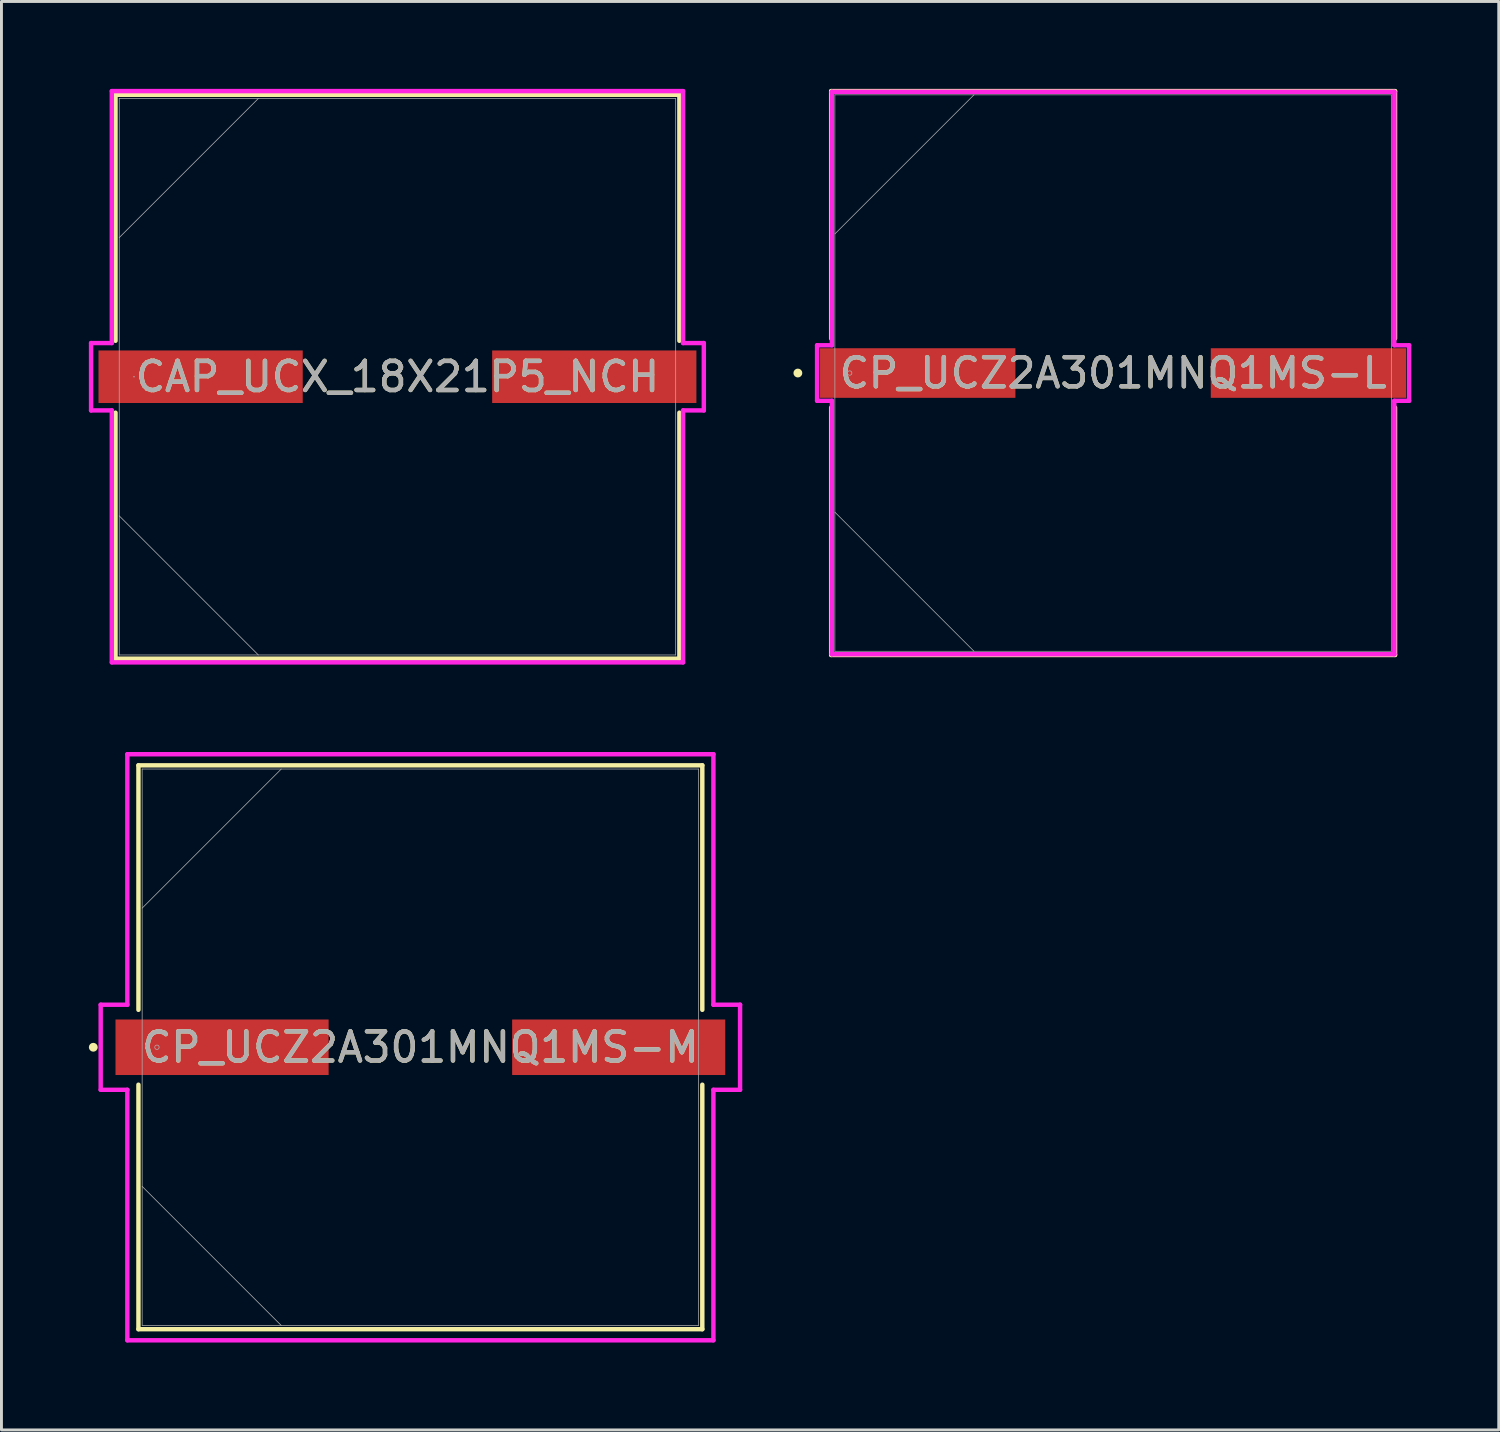
<source format=kicad_pcb>
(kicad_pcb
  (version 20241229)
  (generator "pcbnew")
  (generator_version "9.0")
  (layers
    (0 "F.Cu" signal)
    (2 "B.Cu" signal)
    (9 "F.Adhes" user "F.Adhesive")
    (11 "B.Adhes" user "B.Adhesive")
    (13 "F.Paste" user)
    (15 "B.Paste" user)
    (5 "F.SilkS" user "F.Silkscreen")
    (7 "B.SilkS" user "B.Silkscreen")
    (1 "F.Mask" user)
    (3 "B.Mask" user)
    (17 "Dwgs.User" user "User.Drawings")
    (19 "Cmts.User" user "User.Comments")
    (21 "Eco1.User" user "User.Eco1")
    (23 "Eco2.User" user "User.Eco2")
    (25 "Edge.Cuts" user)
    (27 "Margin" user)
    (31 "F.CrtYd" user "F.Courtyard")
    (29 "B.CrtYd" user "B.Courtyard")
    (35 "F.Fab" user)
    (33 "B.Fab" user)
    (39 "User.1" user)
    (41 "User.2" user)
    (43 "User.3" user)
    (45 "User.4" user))
  (footprint "CP_UCZ2A301MNQ1MS-M"
    (layer "F.Cu")
    (at 11.379 32.896)
    (property "Reference" "CP_UCZ2A301MNQ1MS-M" (at 0 0 0) (unlocked yes) (layer "F.SilkS") (effects (font (size 1 1) (thickness 0.15))))
    (attr smd)
    (fp_line (start -9.677 -9.677) (end -9.677 -1.285) (stroke (width 0.152) (type solid)) (layer "F.SilkS"))
    (fp_line (start -9.677 1.285) (end -9.677 9.677) (stroke (width 0.152) (type solid)) (layer "F.SilkS"))
    (fp_line (start -9.677 9.677) (end 9.677 9.677) (stroke (width 0.152) (type solid)) (layer "F.SilkS"))
    (fp_line (start 9.677 -9.677) (end -9.677 -9.677) (stroke (width 0.152) (type solid)) (layer "F.SilkS"))
    (fp_line (start 9.677 -1.285) (end 9.677 -9.677) (stroke (width 0.152) (type solid)) (layer "F.SilkS"))
    (fp_line (start 9.677 9.677) (end 9.677 1.285) (stroke (width 0.152) (type solid)) (layer "F.SilkS"))
    (fp_circle (center -11.227 0) (end -11.151 0) (stroke (width 0.152) (type solid)) (fill no) (layer "F.SilkS"))
    (fp_line (start -10.973 -1.46) (end -10.058 -1.46) (stroke (width 0.152) (type solid)) (layer "F.CrtYd"))
    (fp_line (start -10.973 1.46) (end -10.973 -1.46) (stroke (width 0.152) (type solid)) (layer "F.CrtYd"))
    (fp_line (start -10.058 -10.058) (end 10.058 -10.058) (stroke (width 0.152) (type solid)) (layer "F.CrtYd"))
    (fp_line (start -10.058 -1.46) (end -10.058 -10.058) (stroke (width 0.152) (type solid)) (layer "F.CrtYd"))
    (fp_line (start -10.058 1.46) (end -10.973 1.46) (stroke (width 0.152) (type solid)) (layer "F.CrtYd"))
    (fp_line (start -10.058 10.058) (end -10.058 1.46) (stroke (width 0.152) (type solid)) (layer "F.CrtYd"))
    (fp_line (start 10.058 -10.058) (end 10.058 -1.46) (stroke (width 0.152) (type solid)) (layer "F.CrtYd"))
    (fp_line (start 10.058 -1.46) (end 10.973 -1.46) (stroke (width 0.152) (type solid)) (layer "F.CrtYd"))
    (fp_line (start 10.058 1.46) (end 10.058 10.058) (stroke (width 0.152) (type solid)) (layer "F.CrtYd"))
    (fp_line (start 10.058 10.058) (end -10.058 10.058) (stroke (width 0.152) (type solid)) (layer "F.CrtYd"))
    (fp_line (start 10.973 -1.46) (end 10.973 1.46) (stroke (width 0.152) (type solid)) (layer "F.CrtYd"))
    (fp_line (start 10.973 1.46) (end 10.058 1.46) (stroke (width 0.152) (type solid)) (layer "F.CrtYd"))
    (fp_line (start -9.55 -9.55) (end -9.55 9.55) (stroke (width 0.025) (type solid)) (layer "F.Fab"))
    (fp_line (start -9.55 -4.775) (end -4.775 -9.55) (stroke (width 0.025) (type solid)) (layer "F.Fab"))
    (fp_line (start -9.55 4.775) (end -4.775 9.55) (stroke (width 0.025) (type solid)) (layer "F.Fab"))
    (fp_line (start -9.55 9.55) (end 9.55 9.55) (stroke (width 0.025) (type solid)) (layer "F.Fab"))
    (fp_line (start 9.55 -9.55) (end -9.55 -9.55) (stroke (width 0.025) (type solid)) (layer "F.Fab"))
    (fp_line (start 9.55 9.55) (end 9.55 -9.55) (stroke (width 0.025) (type solid)) (layer "F.Fab"))
    (fp_circle (center -9.042 0) (end -8.966 0) (stroke (width 0.025) (type solid)) (fill no) (layer "F.Fab"))
    (fp_text user "${REFERENCE}" (at 0 0 0) (unlocked yes) (layer "F.Fab") (effects (font (size 1 1) (thickness 0.15))))
    (pad "1" smd rect (at -6.807 0) (size 7.315 1.905) (layers "F.Cu" "F.Mask" "F.Paste"))
    (pad "2" smd rect (at 6.807 0) (size 7.315 1.905) (layers "F.Cu" "F.Mask" "F.Paste"))
    (zone (net_name "") (layer "F.Cu") (hatch full 0.508) (connect_pads) (min_thickness 0.254) (filled_areas_thickness no) (keepout (tracks not_allowed) (vias not_allowed) (pads allowed) (copperpour not_allowed) (footprints allowed)) (placement (enabled no)) (fill) (polygon (pts (xy 1.88 23.396) (xy 20.879 23.396) (xy 20.879 31.892) (xy 1.88 31.892))))
    (zone (net_name "") (layer "F.Cu") (hatch full 0.508) (connect_pads) (min_thickness 0.254) (filled_areas_thickness no) (keepout (tracks not_allowed) (vias not_allowed) (pads allowed) (copperpour not_allowed) (footprints allowed)) (placement (enabled no)) (fill) (polygon (pts (xy 1.88 33.899) (xy 20.879 33.899) (xy 20.879 42.395) (xy 1.88 42.395))))
    (zone (net_name "") (layer "F.Cu") (hatch full 0.508) (connect_pads) (min_thickness 0.254) (filled_areas_thickness no) (keepout (tracks not_allowed) (vias not_allowed) (pads allowed) (copperpour not_allowed) (footprints allowed)) (placement (enabled no)) (fill) (polygon (pts (xy 8.28 31.892) (xy 14.478 31.892) (xy 14.478 33.899) (xy 8.28 33.899)))))
  (footprint "CAP_UCX_18X21P5_NCH"
    (layer "F.Cu")
    (at 10.592 9.881)
    (property "Reference" "CAP_UCX_18X21P5_NCH" (at 0 0 0) (unlocked yes) (layer "F.SilkS") (effects (font (size 1 1) (thickness 0.15))))
    (attr smd)
    (fp_line (start -9.677 -9.677) (end -9.677 -1.234) (stroke (width 0.152) (type solid)) (layer "F.SilkS"))
    (fp_line (start -9.677 1.234) (end -9.677 9.677) (stroke (width 0.152) (type solid)) (layer "F.SilkS"))
    (fp_line (start -9.677 9.677) (end 9.677 9.677) (stroke (width 0.152) (type solid)) (layer "F.SilkS"))
    (fp_line (start 9.677 -9.677) (end -9.677 -9.677) (stroke (width 0.152) (type solid)) (layer "F.SilkS"))
    (fp_line (start 9.677 -1.234) (end 9.677 -9.677) (stroke (width 0.152) (type solid)) (layer "F.SilkS"))
    (fp_line (start 9.677 9.677) (end 9.677 1.234) (stroke (width 0.152) (type solid)) (layer "F.SilkS"))
    (fp_line (start -10.516 -1.156) (end -9.804 -1.156) (stroke (width 0.152) (type solid)) (layer "F.CrtYd"))
    (fp_line (start -10.516 1.156) (end -10.516 -1.156) (stroke (width 0.152) (type solid)) (layer "F.CrtYd"))
    (fp_line (start -9.804 -9.804) (end 9.804 -9.804) (stroke (width 0.152) (type solid)) (layer "F.CrtYd"))
    (fp_line (start -9.804 -1.156) (end -9.804 -9.804) (stroke (width 0.152) (type solid)) (layer "F.CrtYd"))
    (fp_line (start -9.804 1.156) (end -10.516 1.156) (stroke (width 0.152) (type solid)) (layer "F.CrtYd"))
    (fp_line (start -9.804 9.804) (end -9.804 1.156) (stroke (width 0.152) (type solid)) (layer "F.CrtYd"))
    (fp_line (start 9.804 -9.804) (end 9.804 -1.156) (stroke (width 0.152) (type solid)) (layer "F.CrtYd"))
    (fp_line (start 9.804 -1.156) (end 10.516 -1.156) (stroke (width 0.152) (type solid)) (layer "F.CrtYd"))
    (fp_line (start 9.804 1.156) (end 9.804 9.804) (stroke (width 0.152) (type solid)) (layer "F.CrtYd"))
    (fp_line (start 9.804 9.804) (end -9.804 9.804) (stroke (width 0.152) (type solid)) (layer "F.CrtYd"))
    (fp_line (start 10.516 -1.156) (end 10.516 1.156) (stroke (width 0.152) (type solid)) (layer "F.CrtYd"))
    (fp_line (start 10.516 1.156) (end 9.804 1.156) (stroke (width 0.152) (type solid)) (layer "F.CrtYd"))
    (fp_line (start -9.55 -9.55) (end -9.55 9.55) (stroke (width 0.025) (type solid)) (layer "F.Fab"))
    (fp_line (start -9.55 -4.775) (end -4.775 -9.55) (stroke (width 0.025) (type solid)) (layer "F.Fab"))
    (fp_line (start -9.55 4.775) (end -4.775 9.55) (stroke (width 0.025) (type solid)) (layer "F.Fab"))
    (fp_line (start -9.55 9.55) (end 9.55 9.55) (stroke (width 0.025) (type solid)) (layer "F.Fab"))
    (fp_line (start 9.55 -9.55) (end -9.55 -9.55) (stroke (width 0.025) (type solid)) (layer "F.Fab"))
    (fp_line (start 9.55 9.55) (end 9.55 -9.55) (stroke (width 0.025) (type solid)) (layer "F.Fab"))
    (fp_circle (center -9.042 0) (end -9.042 0) (stroke (width 0.025) (type solid)) (fill no) (layer "F.Fab"))
    (fp_text user "${REFERENCE}" (at 0 0 0) (unlocked yes) (layer "F.Fab") (effects (font (size 1 1) (thickness 0.15))))
    (pad "1" smd rect (at -6.756 0) (size 7.01 1.803) (layers "F.Cu" "F.Mask" "F.Paste"))
    (pad "2" smd rect (at 6.756 0) (size 7.01 1.803) (layers "F.Cu" "F.Mask" "F.Paste"))
    (zone (net_name "") (layer "F.Cu") (hatch full 0.508) (connect_pads) (min_thickness 0.254) (filled_areas_thickness no) (keepout (tracks not_allowed) (vias not_allowed) (pads allowed) (copperpour not_allowed) (footprints allowed)) (placement (enabled no)) (fill) (polygon (pts (xy 1.092 0.381) (xy 20.091 0.381) (xy 20.091 8.928) (xy 1.092 8.928))))
    (zone (net_name "") (layer "F.Cu") (hatch full 0.508) (connect_pads) (min_thickness 0.254) (filled_areas_thickness no) (keepout (tracks not_allowed) (vias not_allowed) (pads allowed) (copperpour not_allowed) (footprints allowed)) (placement (enabled no)) (fill) (polygon (pts (xy 1.092 10.833) (xy 20.091 10.833) (xy 20.091 19.38) (xy 1.092 19.38))))
    (zone (net_name "") (layer "F.Cu") (hatch full 0.508) (connect_pads) (min_thickness 0.254) (filled_areas_thickness no) (keepout (tracks not_allowed) (vias not_allowed) (pads allowed) (copperpour not_allowed) (footprints allowed)) (placement (enabled no)) (fill) (polygon (pts (xy 7.391 8.928) (xy 13.792 8.928) (xy 13.792 10.833) (xy 7.391 10.833)))))
  (footprint "CP_UCZ2A301MNQ1MS-L"
    (layer "F.Cu")
    (at 35.156 9.754)
    (property "Reference" "CP_UCZ2A301MNQ1MS-L" (at 0 0 0) (unlocked yes) (layer "F.SilkS") (effects (font (size 1 1) (thickness 0.15))))
    (attr smd)
    (fp_line (start -9.677 -9.677) (end -9.677 -1.184) (stroke (width 0.152) (type solid)) (layer "F.SilkS"))
    (fp_line (start -9.677 1.184) (end -9.677 9.677) (stroke (width 0.152) (type solid)) (layer "F.SilkS"))
    (fp_line (start -9.677 9.677) (end 9.677 9.677) (stroke (width 0.152) (type solid)) (layer "F.SilkS"))
    (fp_line (start 9.677 -9.677) (end -9.677 -9.677) (stroke (width 0.152) (type solid)) (layer "F.SilkS"))
    (fp_line (start 9.677 -1.184) (end 9.677 -9.677) (stroke (width 0.152) (type solid)) (layer "F.SilkS"))
    (fp_line (start 9.677 9.677) (end 9.677 1.184) (stroke (width 0.152) (type solid)) (layer "F.SilkS"))
    (fp_circle (center -10.82 0) (end -10.744 0) (stroke (width 0.152) (type solid)) (fill no) (layer "F.SilkS"))
    (fp_line (start -10.16 -0.953) (end -9.652 -0.953) (stroke (width 0.152) (type solid)) (layer "F.CrtYd"))
    (fp_line (start -10.16 0.953) (end -10.16 -0.953) (stroke (width 0.152) (type solid)) (layer "F.CrtYd"))
    (fp_line (start -9.652 -9.652) (end 9.652 -9.652) (stroke (width 0.152) (type solid)) (layer "F.CrtYd"))
    (fp_line (start -9.652 -0.953) (end -9.652 -9.652) (stroke (width 0.152) (type solid)) (layer "F.CrtYd"))
    (fp_line (start -9.652 0.953) (end -10.16 0.953) (stroke (width 0.152) (type solid)) (layer "F.CrtYd"))
    (fp_line (start -9.652 9.652) (end -9.652 0.953) (stroke (width 0.152) (type solid)) (layer "F.CrtYd"))
    (fp_line (start 9.652 -9.652) (end 9.652 -0.953) (stroke (width 0.152) (type solid)) (layer "F.CrtYd"))
    (fp_line (start 9.652 -0.953) (end 10.16 -0.953) (stroke (width 0.152) (type solid)) (layer "F.CrtYd"))
    (fp_line (start 9.652 0.953) (end 9.652 9.652) (stroke (width 0.152) (type solid)) (layer "F.CrtYd"))
    (fp_line (start 9.652 9.652) (end -9.652 9.652) (stroke (width 0.152) (type solid)) (layer "F.CrtYd"))
    (fp_line (start 10.16 -0.953) (end 10.16 0.953) (stroke (width 0.152) (type solid)) (layer "F.CrtYd"))
    (fp_line (start 10.16 0.953) (end 9.652 0.953) (stroke (width 0.152) (type solid)) (layer "F.CrtYd"))
    (fp_line (start -9.55 -9.55) (end -9.55 9.55) (stroke (width 0.025) (type solid)) (layer "F.Fab"))
    (fp_line (start -9.55 -4.775) (end -4.775 -9.55) (stroke (width 0.025) (type solid)) (layer "F.Fab"))
    (fp_line (start -9.55 4.775) (end -4.775 9.55) (stroke (width 0.025) (type solid)) (layer "F.Fab"))
    (fp_line (start -9.55 9.55) (end 9.55 9.55) (stroke (width 0.025) (type solid)) (layer "F.Fab"))
    (fp_line (start 9.55 -9.55) (end -9.55 -9.55) (stroke (width 0.025) (type solid)) (layer "F.Fab"))
    (fp_line (start 9.55 9.55) (end 9.55 -9.55) (stroke (width 0.025) (type solid)) (layer "F.Fab"))
    (fp_circle (center -9.042 0) (end -8.966 0) (stroke (width 0.025) (type solid)) (fill no) (layer "F.Fab"))
    (fp_text user "${REFERENCE}" (at 0 0 0) (unlocked yes) (layer "F.Fab") (effects (font (size 1 1) (thickness 0.15))))
    (pad "1" smd rect (at -6.706 0) (size 6.706 1.702) (layers "F.Cu" "F.Mask" "F.Paste"))
    (pad "2" smd rect (at 6.706 0) (size 6.706 1.702) (layers "F.Cu" "F.Mask" "F.Paste"))
    (zone (net_name "") (layer "F.Cu") (hatch full 0.508) (connect_pads) (min_thickness 0.254) (filled_areas_thickness no) (keepout (tracks not_allowed) (vias not_allowed) (pads allowed) (copperpour not_allowed) (footprints allowed)) (placement (enabled no)) (fill) (polygon (pts (xy 25.657 0.254) (xy 44.656 0.254) (xy 44.656 8.852) (xy 25.657 8.852))))
    (zone (net_name "") (layer "F.Cu") (hatch full 0.508) (connect_pads) (min_thickness 0.254) (filled_areas_thickness no) (keepout (tracks not_allowed) (vias not_allowed) (pads allowed) (copperpour not_allowed) (footprints allowed)) (placement (enabled no)) (fill) (polygon (pts (xy 25.657 10.655) (xy 44.656 10.655) (xy 44.656 19.253) (xy 25.657 19.253))))
    (zone (net_name "") (layer "F.Cu") (hatch full 0.508) (connect_pads) (min_thickness 0.254) (filled_areas_thickness no) (keepout (tracks not_allowed) (vias not_allowed) (pads allowed) (copperpour not_allowed) (footprints allowed)) (placement (enabled no)) (fill) (polygon (pts (xy 31.854 8.852) (xy 38.458 8.852) (xy 38.458 10.655) (xy 31.854 10.655)))))
  (gr_rect
    (start -3 -3)
    (end 48.393 46.03)
    (stroke (width 0.1) (type default))
    (fill no)
    (layer "Edge.Cuts")))
</source>
